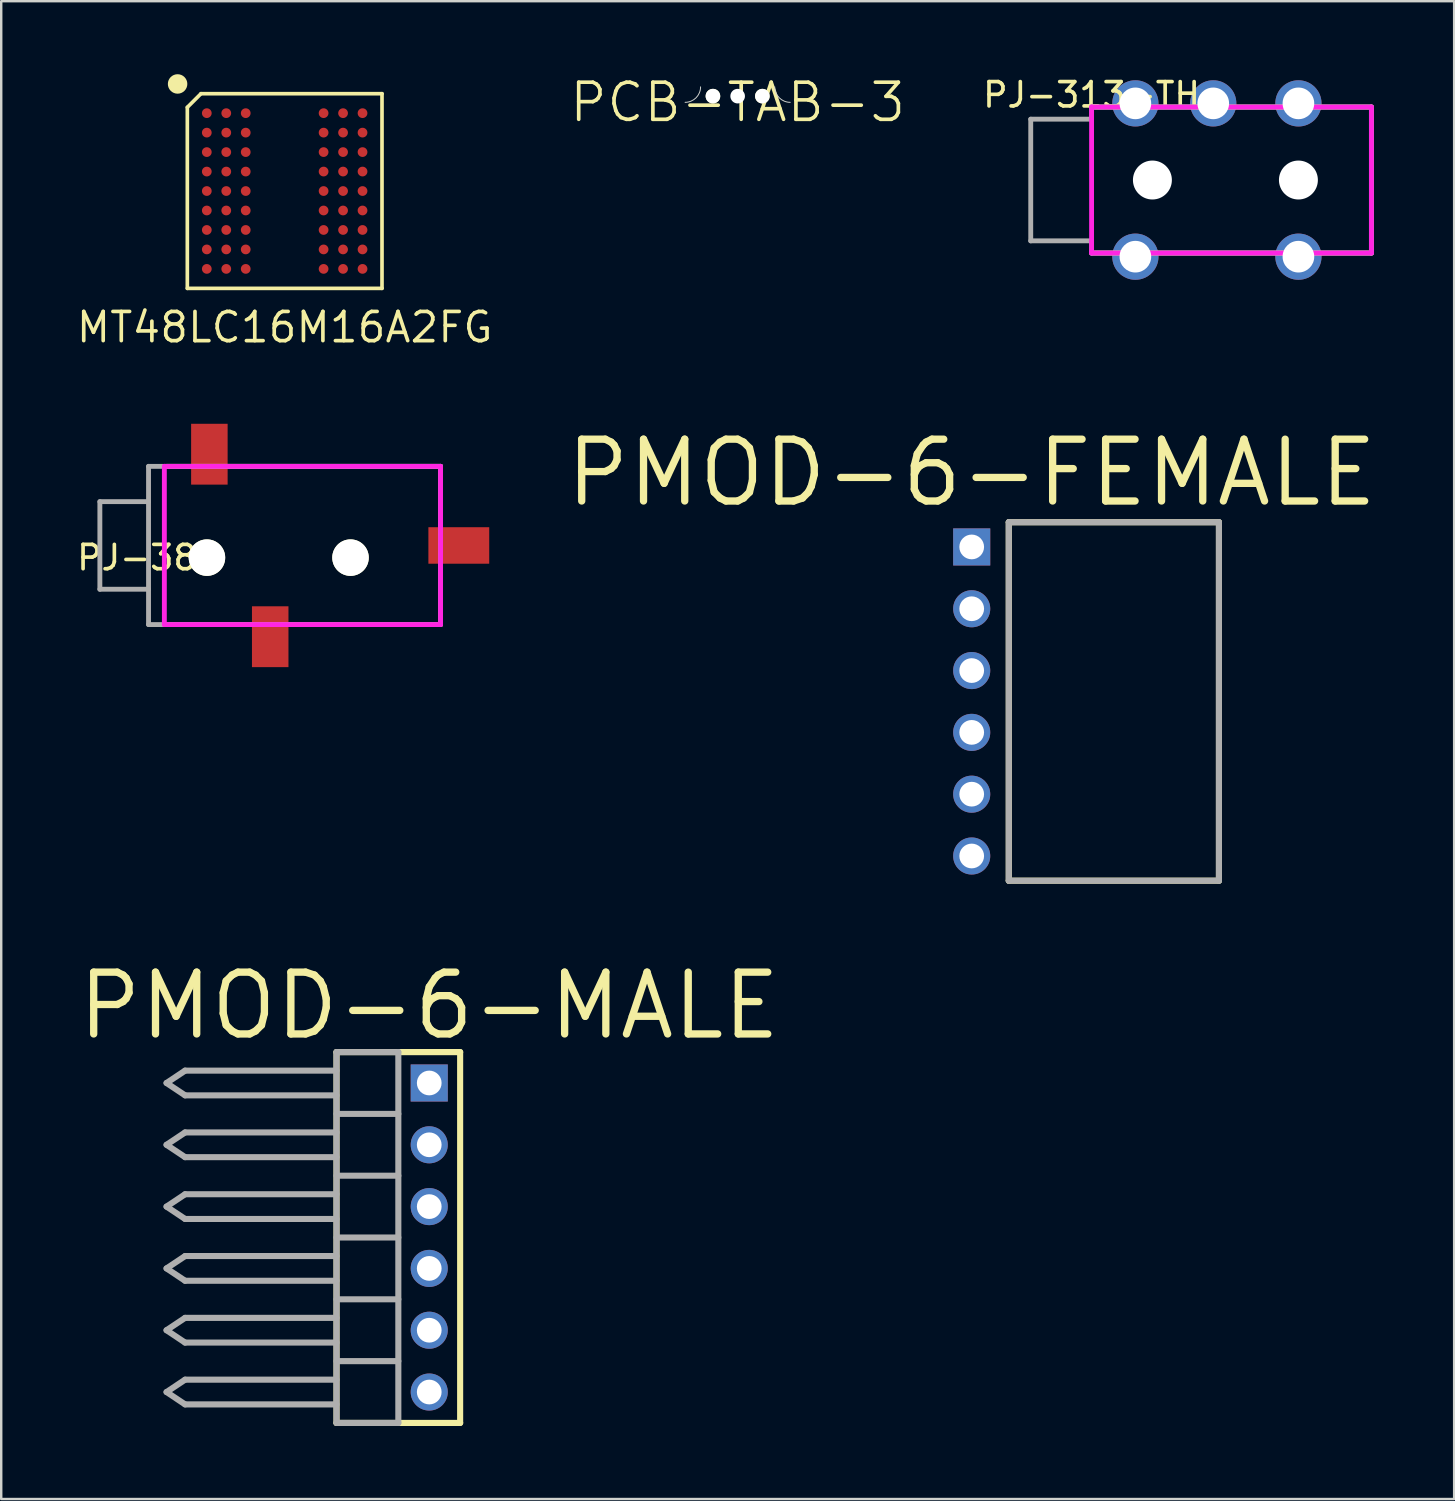
<source format=kicad_pcb>
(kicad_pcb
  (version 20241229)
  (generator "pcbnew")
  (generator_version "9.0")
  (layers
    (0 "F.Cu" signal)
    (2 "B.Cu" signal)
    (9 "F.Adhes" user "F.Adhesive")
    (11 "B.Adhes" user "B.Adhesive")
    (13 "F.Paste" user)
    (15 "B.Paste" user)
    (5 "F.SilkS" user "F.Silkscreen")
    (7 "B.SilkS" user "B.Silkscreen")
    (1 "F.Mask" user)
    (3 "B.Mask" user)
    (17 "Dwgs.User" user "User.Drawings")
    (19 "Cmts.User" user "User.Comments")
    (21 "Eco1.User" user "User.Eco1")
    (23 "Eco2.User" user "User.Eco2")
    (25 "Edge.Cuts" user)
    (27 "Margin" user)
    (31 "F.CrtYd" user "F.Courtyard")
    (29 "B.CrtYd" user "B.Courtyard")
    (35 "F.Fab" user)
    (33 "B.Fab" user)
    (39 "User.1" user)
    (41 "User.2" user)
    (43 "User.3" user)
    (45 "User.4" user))
  (footprint "PMOD-6-FEMALE"
    (layer "F.Cu")
    (at 36.881 25.776)
    (property "Reference" "PMOD-6-FEMALE" (at 0 -9.398 0) (layer "F.SilkS") (effects (font (size 2.54 2.54) (thickness 0.3))))
    (attr exclude_from_pos_files exclude_from_bom)
    (fp_line (start 1.524 -7.366) (end 1.524 7.366) (stroke (width 0.25) (type solid)) (layer "F.SilkS"))
    (fp_line (start 1.524 7.366) (end 10.16 7.366) (stroke (width 0.25) (type solid)) (layer "F.SilkS"))
    (fp_line (start 10.16 -7.366) (end 1.524 -7.366) (stroke (width 0.25) (type solid)) (layer "F.SilkS"))
    (fp_line (start 10.16 7.366) (end 10.16 -7.366) (stroke (width 0.25) (type solid)) (layer "F.SilkS"))
    (fp_line (start 1.524 -7.366) (end 1.524 7.366) (stroke (width 0.25) (type solid)) (layer "F.Fab"))
    (fp_line (start 1.524 7.366) (end 10.16 7.366) (stroke (width 0.25) (type solid)) (layer "F.Fab"))
    (fp_line (start 10.16 -7.366) (end 1.524 -7.366) (stroke (width 0.25) (type solid)) (layer "F.Fab"))
    (fp_line (start 10.16 7.366) (end 10.16 -7.366) (stroke (width 0.25) (type solid)) (layer "F.Fab"))
    (pad "D0" thru_hole rect (at 0 -6.35) (size 1.524 1.524) (drill 1.016) (layers "*.Cu" "*.Mask"))
    (pad "D1" thru_hole circle (at 0 -3.81 270) (size 1.524 1.524) (drill 1.016) (layers "*.Cu" "*.Mask"))
    (pad "D2" thru_hole circle (at 0 -1.27 270) (size 1.524 1.524) (drill 1.016) (layers "*.Cu" "*.Mask"))
    (pad "D3" thru_hole circle (at 0 1.27 270) (size 1.524 1.524) (drill 1.016) (layers "*.Cu" "*.Mask"))
    (pad "GND" thru_hole circle (at 0 3.81 270) (size 1.524 1.524) (drill 1.016) (layers "*.Cu" "*.Mask"))
    (pad "VCC" thru_hole circle (at 0 6.35 270) (size 1.524 1.524) (drill 1.016) (layers "*.Cu" "*.Mask")))
  (footprint "MT48LC16M16A2FG"
    (layer "F.Cu")
    (at 8.648 4.8)
    (property "Reference" "MT48LC16M16A2FG" (at 0 5.6 0) (layer "F.SilkS") (effects (font (size 1.2 1.2) (thickness 0.15))))
    (attr through_hole)
    (fp_line (start -4 -3.44) (end -4 4) (stroke (width 0.15) (type solid)) (layer "F.SilkS"))
    (fp_line (start -4 4) (end 4 4) (stroke (width 0.15) (type solid)) (layer "F.SilkS"))
    (fp_line (start -3.44 -4) (end -4 -3.44) (stroke (width 0.15) (type solid)) (layer "F.SilkS"))
    (fp_line (start 4 -4) (end -3.44 -4) (stroke (width 0.15) (type solid)) (layer "F.SilkS"))
    (fp_line (start 4 4) (end 4 -4) (stroke (width 0.15) (type solid)) (layer "F.SilkS"))
    (fp_circle (center -4.4 -4.4) (end -4.4 -4.2) (stroke (width 0.4) (type solid)) (fill no) (layer "F.SilkS"))
    (pad "A1" smd circle (at -3.2 -3.2) (size 0.4 0.4) (layers "F.Cu" "F.Mask" "F.Paste"))
    (pad "A2" smd circle (at -2.4 -3.2) (size 0.4 0.4) (layers "F.Cu" "F.Mask" "F.Paste"))
    (pad "A3" smd circle (at -1.6 -3.2) (size 0.4 0.4) (layers "F.Cu" "F.Mask" "F.Paste"))
    (pad "A7" smd circle (at 1.6 -3.2) (size 0.4 0.4) (layers "F.Cu" "F.Mask" "F.Paste"))
    (pad "A8" smd circle (at 2.4 -3.2) (size 0.4 0.4) (layers "F.Cu" "F.Mask" "F.Paste"))
    (pad "A9" smd circle (at 3.2 -3.2) (size 0.4 0.4) (layers "F.Cu" "F.Mask" "F.Paste"))
    (pad "B1" smd circle (at -3.2 -2.4) (size 0.4 0.4) (layers "F.Cu" "F.Mask" "F.Paste"))
    (pad "B2" smd circle (at -2.4 -2.4) (size 0.4 0.4) (layers "F.Cu" "F.Mask" "F.Paste"))
    (pad "B3" smd circle (at -1.6 -2.4) (size 0.4 0.4) (layers "F.Cu" "F.Mask" "F.Paste"))
    (pad "B7" smd circle (at 1.6 -2.4) (size 0.4 0.4) (layers "F.Cu" "F.Mask" "F.Paste"))
    (pad "B8" smd circle (at 2.4 -2.4) (size 0.4 0.4) (layers "F.Cu" "F.Mask" "F.Paste"))
    (pad "B9" smd circle (at 3.2 -2.4) (size 0.4 0.4) (layers "F.Cu" "F.Mask" "F.Paste"))
    (pad "C1" smd circle (at -3.2 -1.6) (size 0.4 0.4) (layers "F.Cu" "F.Mask" "F.Paste"))
    (pad "C2" smd circle (at -2.4 -1.6) (size 0.4 0.4) (layers "F.Cu" "F.Mask" "F.Paste"))
    (pad "C3" smd circle (at -1.6 -1.6) (size 0.4 0.4) (layers "F.Cu" "F.Mask" "F.Paste"))
    (pad "C7" smd circle (at 1.6 -1.6) (size 0.4 0.4) (layers "F.Cu" "F.Mask" "F.Paste"))
    (pad "C8" smd circle (at 2.4 -1.6) (size 0.4 0.4) (layers "F.Cu" "F.Mask" "F.Paste"))
    (pad "C9" smd circle (at 3.2 -1.6) (size 0.4 0.4) (layers "F.Cu" "F.Mask" "F.Paste"))
    (pad "D1" smd circle (at -3.2 -0.8) (size 0.4 0.4) (layers "F.Cu" "F.Mask" "F.Paste"))
    (pad "D2" smd circle (at -2.4 -0.8) (size 0.4 0.4) (layers "F.Cu" "F.Mask" "F.Paste"))
    (pad "D3" smd circle (at -1.6 -0.8) (size 0.4 0.4) (layers "F.Cu" "F.Mask" "F.Paste"))
    (pad "D7" smd circle (at 1.6 -0.8) (size 0.4 0.4) (layers "F.Cu" "F.Mask" "F.Paste"))
    (pad "D8" smd circle (at 2.4 -0.8) (size 0.4 0.4) (layers "F.Cu" "F.Mask" "F.Paste"))
    (pad "D9" smd circle (at 3.2 -0.8) (size 0.4 0.4) (layers "F.Cu" "F.Mask" "F.Paste"))
    (pad "E1" smd circle (at -3.2 0) (size 0.4 0.4) (layers "F.Cu" "F.Mask" "F.Paste"))
    (pad "E2" smd circle (at -2.4 0) (size 0.4 0.4) (layers "F.Cu" "F.Mask" "F.Paste"))
    (pad "E3" smd circle (at -1.6 0) (size 0.4 0.4) (layers "F.Cu" "F.Mask" "F.Paste"))
    (pad "E7" smd circle (at 1.6 0) (size 0.4 0.4) (layers "F.Cu" "F.Mask" "F.Paste"))
    (pad "E8" smd circle (at 2.4 0) (size 0.4 0.4) (layers "F.Cu" "F.Mask" "F.Paste"))
    (pad "E9" smd circle (at 3.2 0) (size 0.4 0.4) (layers "F.Cu" "F.Mask" "F.Paste"))
    (pad "F1" smd circle (at -3.2 0.8) (size 0.4 0.4) (layers "F.Cu" "F.Mask" "F.Paste"))
    (pad "F2" smd circle (at -2.4 0.8) (size 0.4 0.4) (layers "F.Cu" "F.Mask" "F.Paste"))
    (pad "F3" smd circle (at -1.6 0.8) (size 0.4 0.4) (layers "F.Cu" "F.Mask" "F.Paste"))
    (pad "F7" smd circle (at 1.6 0.8) (size 0.4 0.4) (layers "F.Cu" "F.Mask" "F.Paste"))
    (pad "F8" smd circle (at 2.4 0.8) (size 0.4 0.4) (layers "F.Cu" "F.Mask" "F.Paste"))
    (pad "F9" smd circle (at 3.2 0.8) (size 0.4 0.4) (layers "F.Cu" "F.Mask" "F.Paste"))
    (pad "G1" smd circle (at -3.2 1.6) (size 0.4 0.4) (layers "F.Cu" "F.Mask" "F.Paste"))
    (pad "G2" smd circle (at -2.4 1.6) (size 0.4 0.4) (layers "F.Cu" "F.Mask" "F.Paste"))
    (pad "G3" smd circle (at -1.6 1.6) (size 0.4 0.4) (layers "F.Cu" "F.Mask" "F.Paste"))
    (pad "G7" smd circle (at 1.6 1.6) (size 0.4 0.4) (layers "F.Cu" "F.Mask" "F.Paste"))
    (pad "G8" smd circle (at 2.4 1.6) (size 0.4 0.4) (layers "F.Cu" "F.Mask" "F.Paste"))
    (pad "G9" smd circle (at 3.2 1.6) (size 0.4 0.4) (layers "F.Cu" "F.Mask" "F.Paste"))
    (pad "H1" smd circle (at -3.2 2.4) (size 0.4 0.4) (layers "F.Cu" "F.Mask" "F.Paste"))
    (pad "H2" smd circle (at -2.4 2.4) (size 0.4 0.4) (layers "F.Cu" "F.Mask" "F.Paste"))
    (pad "H3" smd circle (at -1.6 2.4) (size 0.4 0.4) (layers "F.Cu" "F.Mask" "F.Paste"))
    (pad "H7" smd circle (at 1.6 2.4) (size 0.4 0.4) (layers "F.Cu" "F.Mask" "F.Paste"))
    (pad "H8" smd circle (at 2.4 2.4) (size 0.4 0.4) (layers "F.Cu" "F.Mask" "F.Paste"))
    (pad "H9" smd circle (at 3.2 2.4) (size 0.4 0.4) (layers "F.Cu" "F.Mask" "F.Paste"))
    (pad "J1" smd circle (at -3.2 3.2) (size 0.4 0.4) (layers "F.Cu" "F.Mask" "F.Paste"))
    (pad "J2" smd circle (at -2.4 3.2) (size 0.4 0.4) (layers "F.Cu" "F.Mask" "F.Paste"))
    (pad "J3" smd circle (at -1.6 3.2) (size 0.4 0.4) (layers "F.Cu" "F.Mask" "F.Paste"))
    (pad "J7" smd circle (at 1.6 3.2) (size 0.4 0.4) (layers "F.Cu" "F.Mask" "F.Paste"))
    (pad "J8" smd circle (at 2.4 3.2) (size 0.4 0.4) (layers "F.Cu" "F.Mask" "F.Paste"))
    (pad "J9" smd circle (at 3.2 3.2) (size 0.4 0.4) (layers "F.Cu" "F.Mask" "F.Paste")))
  (footprint "PJ-380"
    (layer "F.Cu")
    (at 3.054 19.365)
    (property "Reference" "PJ-380" (at 0 0.5 0) (layer "F.SilkS") (effects (font (size 1 1) (thickness 0.15))))
    (attr smd)
    (fp_line (start 0.75 -3.25) (end 12 -3.25) (stroke (width 0.2) (type solid)) (layer "F.SilkS"))
    (fp_line (start 12 -3.25) (end 12 3.25) (stroke (width 0.2) (type solid)) (layer "F.SilkS"))
    (fp_line (start 12 3.25) (end 0.75 3.25) (stroke (width 0.2) (type solid)) (layer "F.SilkS"))
    (fp_line (start 0.65 -3.25) (end 0.65 3.25) (stroke (width 0.2) (type solid)) (layer "F.CrtYd"))
    (fp_line (start 0.65 3.25) (end 12 3.25) (stroke (width 0.2) (type solid)) (layer "F.CrtYd"))
    (fp_line (start 12 -3.25) (end 0.65 -3.25) (stroke (width 0.2) (type solid)) (layer "F.CrtYd"))
    (fp_line (start 12 3.25) (end 12 -3.25) (stroke (width 0.2) (type solid)) (layer "F.CrtYd"))
    (fp_line (start -2 -1.8) (end -2 1.8) (stroke (width 0.2) (type solid)) (layer "F.Fab"))
    (fp_line (start -2 1.8) (end 0 1.8) (stroke (width 0.2) (type solid)) (layer "F.Fab"))
    (fp_line (start 0 -3.25) (end 0 3.25) (stroke (width 0.2) (type solid)) (layer "F.Fab"))
    (fp_line (start 0 -1.8) (end -2 -1.8) (stroke (width 0.2) (type solid)) (layer "F.Fab"))
    (fp_line (start 0 3.25) (end 12 3.25) (stroke (width 0.2) (type solid)) (layer "F.Fab"))
    (fp_line (start 12 -3.25) (end 0 -3.25) (stroke (width 0.2) (type solid)) (layer "F.Fab"))
    (fp_line (start 12 3.25) (end 12 -3.25) (stroke (width 0.2) (type solid)) (layer "F.Fab"))
    (pad "" np_thru_hole circle (at 2.4 0.5) (size 1.5 1.5) (drill 1.5) (layers "*.Cu" "*.Mask" "F.SilkS"))
    (pad "" np_thru_hole circle (at 8.3 0.5) (size 1.5 1.5) (drill 1.5) (layers "*.Cu" "*.Mask" "F.SilkS"))
    (pad "ring" smd rect (at 5 3.75) (size 1.5 2.5) (layers "F.Cu" "F.Mask" "F.Paste"))
    (pad "slv" smd rect (at 2.5 -3.75) (size 1.5 2.5) (layers "F.Cu" "F.Mask" "F.Paste"))
    (pad "tip" smd rect (at 12.75 0 90) (size 1.5 2.5) (layers "F.Cu" "F.Mask" "F.Paste")))
  (footprint "PCB-TAB-3"
    (layer "F.Cu")
    (at 27.263 1.155)
    (property "Reference" "PCB-TAB-3" (at 0 0 0) (layer "F.SilkS") (effects (font (size 1.524 1.524) (thickness 0.15))))
    (attr through_hole)
    (fp_arc (start -1.524 -0.635) (mid -1.709987 -0.185987) (end -2.159 0) (stroke (width 0.04) (type solid)) (layer "Edge.Cuts"))
    (fp_arc (start 2.159 0) (mid 1.709987 -0.185987) (end 1.524 -0.635) (stroke (width 0.04) (type solid)) (layer "Edge.Cuts"))
    (pad "" np_thru_hole circle (at -1.016 -0.254) (size 0.6 0.6) (drill 0.6) (layers "*.Cu" "*.Mask" "F.SilkS"))
    (pad "" np_thru_hole circle (at 0 -0.254) (size 0.6 0.6) (drill 0.6) (layers "*.Cu"))
    (pad "" np_thru_hole circle (at 1.016 -0.254) (size 0.6 0.6) (drill 0.6) (layers "*.Cu" "*.Mask" "F.SilkS")))
  (footprint "PJ-313-TH"
    (layer "F.Cu")
    (at 41.807 4.348)
    (property "Reference" "PJ-313-TH" (at 0 -3.5 0) (layer "F.SilkS") (effects (font (size 1 1) (thickness 0.15))))
    (attr through_hole)
    (fp_line (start 0 -3) (end 11.5 -3) (stroke (width 0.2) (type solid)) (layer "F.SilkS"))
    (fp_line (start 11.5 -3) (end 11.5 3) (stroke (width 0.2) (type solid)) (layer "F.SilkS"))
    (fp_line (start 11.5 3) (end 0 3) (stroke (width 0.2) (type solid)) (layer "F.SilkS"))
    (fp_line (start 0 -3) (end 11.5 -3) (stroke (width 0.2) (type solid)) (layer "F.CrtYd"))
    (fp_line (start 0 3) (end 0 -3) (stroke (width 0.2) (type solid)) (layer "F.CrtYd"))
    (fp_line (start 11.5 -3) (end 11.5 3) (stroke (width 0.2) (type solid)) (layer "F.CrtYd"))
    (fp_line (start 11.5 3) (end 0 3) (stroke (width 0.2) (type solid)) (layer "F.CrtYd"))
    (fp_line (start -2.5 -2.5) (end -2.5 2.5) (stroke (width 0.2) (type solid)) (layer "F.Fab"))
    (fp_line (start -2.5 2.5) (end 0 2.5) (stroke (width 0.2) (type solid)) (layer "F.Fab"))
    (fp_line (start 0 -3) (end 11.5 -3) (stroke (width 0.2) (type solid)) (layer "F.Fab"))
    (fp_line (start 0 -2.5) (end -2.5 -2.5) (stroke (width 0.2) (type solid)) (layer "F.Fab"))
    (fp_line (start 0 -2.5) (end 0 -3) (stroke (width 0.2) (type solid)) (layer "F.Fab"))
    (fp_line (start 0 3) (end 0 2.5) (stroke (width 0.2) (type solid)) (layer "F.Fab"))
    (fp_line (start 11.5 -3) (end 11.5 3) (stroke (width 0.2) (type solid)) (layer "F.Fab"))
    (fp_line (start 11.5 3) (end 0 3) (stroke (width 0.2) (type solid)) (layer "F.Fab"))
    (pad "" np_thru_hole circle (at 2.5 0) (size 1.6 1.6) (drill 1.6) (layers "*.Cu" "*.Mask"))
    (pad "" np_thru_hole circle (at 8.5 0) (size 1.6 1.6) (drill 1.6) (layers "*.Cu" "*.Mask"))
    (pad "ring" thru_hole circle (at 5 -3.15) (size 1.9 1.9) (drill 1.3) (layers "*.Cu" "*.Mask"))
    (pad "slv" thru_hole circle (at 1.8 -3.15) (size 1.9 1.9) (drill 1.3) (layers "*.Cu" "*.Mask"))
    (pad "slv" thru_hole circle (at 1.8 3.15) (size 1.9 1.9) (drill 1.3) (layers "*.Cu" "*.Mask"))
    (pad "tip" thru_hole circle (at 8.5 -3.15) (size 1.9 1.9) (drill 1.3) (layers "*.Cu" "*.Mask"))
    (pad "tip" thru_hole circle (at 8.5 3.15) (size 1.9 1.9) (drill 1.3) (layers "*.Cu" "*.Mask")))
  (footprint "PMOD-6-MALE"
    (layer "F.Cu")
    (at 14.589 47.804)
    (property "Reference" "PMOD-6-MALE" (at 0 -9.525 0) (layer "F.SilkS") (effects (font (size 2.54 2.54) (thickness 0.3))))
    (attr exclude_from_pos_files exclude_from_bom)
    (fp_line (start -3.81 -7.62) (end -3.81 7.62) (stroke (width 0.25) (type solid)) (layer "F.SilkS"))
    (fp_line (start 1.27 -7.62) (end -3.81 -7.62) (stroke (width 0.254) (type solid)) (layer "F.SilkS"))
    (fp_line (start 1.27 -7.62) (end 1.27 7.62) (stroke (width 0.25) (type solid)) (layer "F.SilkS"))
    (fp_line (start 1.27 7.62) (end -3.81 7.62) (stroke (width 0.254) (type solid)) (layer "F.SilkS"))
    (fp_line (start -10.795 -6.35) (end -10.033 -5.842) (stroke (width 0.25) (type solid)) (layer "F.Fab"))
    (fp_line (start -10.795 -3.81) (end -10.033 -3.302) (stroke (width 0.25) (type solid)) (layer "F.Fab"))
    (fp_line (start -10.795 -1.27) (end -10.033 -0.762) (stroke (width 0.25) (type solid)) (layer "F.Fab"))
    (fp_line (start -10.795 1.27) (end -10.033 1.778) (stroke (width 0.25) (type solid)) (layer "F.Fab"))
    (fp_line (start -10.795 3.81) (end -10.033 4.318) (stroke (width 0.25) (type solid)) (layer "F.Fab"))
    (fp_line (start -10.795 6.35) (end -10.033 6.858) (stroke (width 0.25) (type solid)) (layer "F.Fab"))
    (fp_line (start -10.033 -6.858) (end -10.795 -6.35) (stroke (width 0.25) (type solid)) (layer "F.Fab"))
    (fp_line (start -10.033 -5.842) (end -3.81 -5.842) (stroke (width 0.25) (type solid)) (layer "F.Fab"))
    (fp_line (start -10.033 -4.318) (end -10.795 -3.81) (stroke (width 0.25) (type solid)) (layer "F.Fab"))
    (fp_line (start -10.033 -3.302) (end -3.81 -3.302) (stroke (width 0.25) (type solid)) (layer "F.Fab"))
    (fp_line (start -10.033 -1.778) (end -10.795 -1.27) (stroke (width 0.25) (type solid)) (layer "F.Fab"))
    (fp_line (start -10.033 -0.762) (end -3.81 -0.762) (stroke (width 0.25) (type solid)) (layer "F.Fab"))
    (fp_line (start -10.033 0.762) (end -10.795 1.27) (stroke (width 0.25) (type solid)) (layer "F.Fab"))
    (fp_line (start -10.033 1.778) (end -3.81 1.778) (stroke (width 0.25) (type solid)) (layer "F.Fab"))
    (fp_line (start -10.033 3.302) (end -10.795 3.81) (stroke (width 0.25) (type solid)) (layer "F.Fab"))
    (fp_line (start -10.033 4.318) (end -3.81 4.318) (stroke (width 0.25) (type solid)) (layer "F.Fab"))
    (fp_line (start -10.033 5.842) (end -10.795 6.35) (stroke (width 0.25) (type solid)) (layer "F.Fab"))
    (fp_line (start -10.033 6.858) (end -3.81 6.858) (stroke (width 0.25) (type solid)) (layer "F.Fab"))
    (fp_line (start -3.81 -7.62) (end -3.81 7.62) (stroke (width 0.25) (type solid)) (layer "F.Fab"))
    (fp_line (start -3.81 -7.62) (end -1.27 -7.62) (stroke (width 0.25) (type solid)) (layer "F.Fab"))
    (fp_line (start -3.81 -6.858) (end -10.033 -6.858) (stroke (width 0.25) (type solid)) (layer "F.Fab"))
    (fp_line (start -3.81 -5.08) (end -1.27 -5.08) (stroke (width 0.25) (type solid)) (layer "F.Fab"))
    (fp_line (start -3.81 -4.318) (end -10.033 -4.318) (stroke (width 0.25) (type solid)) (layer "F.Fab"))
    (fp_line (start -3.81 -2.54) (end -1.27 -2.54) (stroke (width 0.25) (type solid)) (layer "F.Fab"))
    (fp_line (start -3.81 -1.778) (end -10.033 -1.778) (stroke (width 0.25) (type solid)) (layer "F.Fab"))
    (fp_line (start -3.81 0) (end -1.27 0) (stroke (width 0.25) (type solid)) (layer "F.Fab"))
    (fp_line (start -3.81 0.762) (end -10.033 0.762) (stroke (width 0.25) (type solid)) (layer "F.Fab"))
    (fp_line (start -3.81 2.54) (end -1.27 2.54) (stroke (width 0.25) (type solid)) (layer "F.Fab"))
    (fp_line (start -3.81 3.302) (end -10.033 3.302) (stroke (width 0.25) (type solid)) (layer "F.Fab"))
    (fp_line (start -3.81 5.08) (end -1.27 5.08) (stroke (width 0.25) (type solid)) (layer "F.Fab"))
    (fp_line (start -3.81 5.842) (end -10.033 5.842) (stroke (width 0.25) (type solid)) (layer "F.Fab"))
    (fp_line (start -3.81 7.62) (end -1.27 7.62) (stroke (width 0.25) (type solid)) (layer "F.Fab"))
    (fp_line (start -1.27 -7.62) (end -1.27 7.62) (stroke (width 0.25) (type solid)) (layer "F.Fab"))
    (pad "D0" thru_hole rect (at 0 -6.35) (size 1.524 1.524) (drill 1.016) (layers "*.Cu" "*.Mask"))
    (pad "D1" thru_hole circle (at 0 -3.81 90) (size 1.524 1.524) (drill 1.016) (layers "*.Cu" "*.Mask"))
    (pad "D2" thru_hole circle (at 0 -1.27 90) (size 1.524 1.524) (drill 1.016) (layers "*.Cu" "*.Mask"))
    (pad "D3" thru_hole circle (at 0 1.27 90) (size 1.524 1.524) (drill 1.016) (layers "*.Cu" "*.Mask"))
    (pad "GND" thru_hole circle (at 0 3.81 90) (size 1.524 1.524) (drill 1.016) (layers "*.Cu" "*.Mask"))
    (pad "VCC" thru_hole circle (at 0 6.35 90) (size 1.524 1.524) (drill 1.016) (layers "*.Cu" "*.Mask")))
  (gr_rect
    (start -3 -3)
    (end 56.707 58.551)
    (stroke (width 0.1) (type default))
    (fill no)
    (layer "Edge.Cuts")))
</source>
